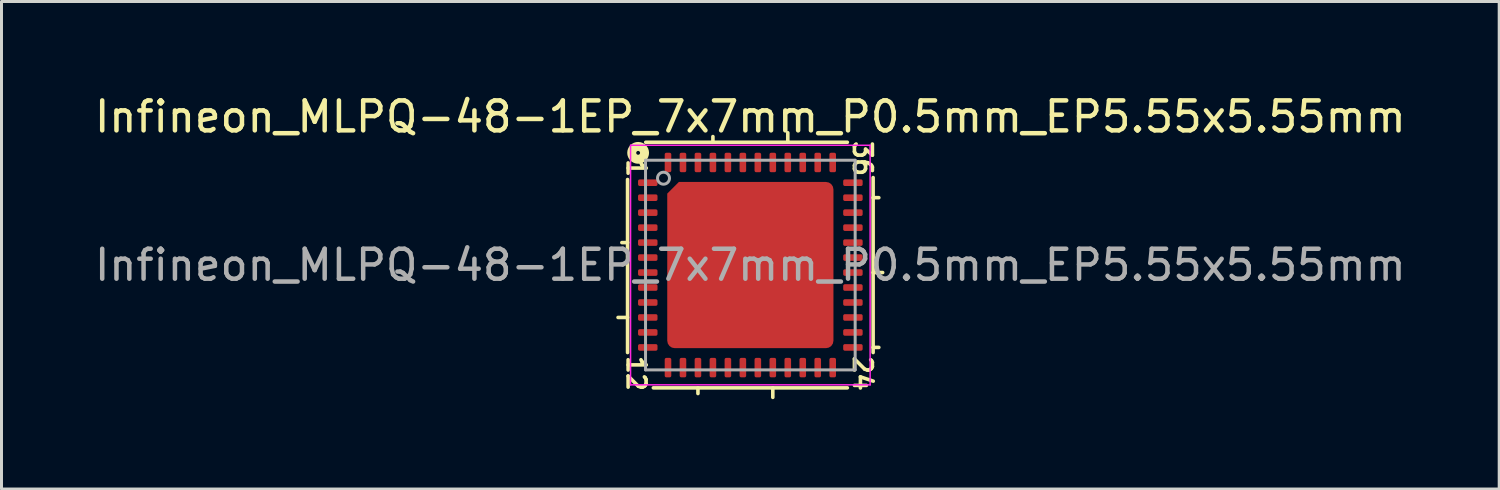
<source format=kicad_pcb>
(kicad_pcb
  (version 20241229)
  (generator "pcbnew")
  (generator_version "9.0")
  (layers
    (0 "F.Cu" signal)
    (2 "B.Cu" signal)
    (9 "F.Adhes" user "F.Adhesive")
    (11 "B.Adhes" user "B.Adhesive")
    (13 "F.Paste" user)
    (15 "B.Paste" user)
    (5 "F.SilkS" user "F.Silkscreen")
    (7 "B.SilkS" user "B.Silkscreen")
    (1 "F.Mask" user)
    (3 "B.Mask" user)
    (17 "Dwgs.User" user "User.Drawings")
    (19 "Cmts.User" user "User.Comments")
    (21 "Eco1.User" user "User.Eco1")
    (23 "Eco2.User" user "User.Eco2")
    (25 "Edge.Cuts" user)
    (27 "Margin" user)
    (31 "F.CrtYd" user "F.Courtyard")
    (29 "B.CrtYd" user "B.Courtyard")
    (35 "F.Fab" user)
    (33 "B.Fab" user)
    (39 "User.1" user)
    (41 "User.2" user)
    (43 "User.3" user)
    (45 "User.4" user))
  (footprint "Infineon_MLPQ-48-1EP_7x7mm_P0.5mm_EP5.55x5.55mm"
    (layer "F.Cu")
    (at 22.006 5.801)
    (property "Reference" "Infineon_MLPQ-48-1EP_7x7mm_P0.5mm_EP5.55x5.55mm" (at 0 -4.953 0) (layer "F.SilkS") (effects (font (size 1 1) (thickness 0.15))))
    (attr smd)
    (fp_line (start -4.418 1.75) (end -4.1 1.75) (stroke (width 0.12) (type solid)) (layer "F.SilkS"))
    (fp_line (start -4.29 -0.75) (end -4.1 -0.75) (stroke (width 0.12) (type solid)) (layer "F.SilkS"))
    (fp_line (start -4.1 -2.857) (end -4.1 2.921) (stroke (width 0.12) (type solid)) (layer "F.SilkS"))
    (fp_line (start -3.239 4.1) (end 3.239 4.1) (stroke (width 0.12) (type solid)) (layer "F.SilkS"))
    (fp_line (start -1.75 4.29) (end -1.75 4.1) (stroke (width 0.12) (type solid)) (layer "F.SilkS"))
    (fp_line (start -1.25 -4.29) (end -1.25 -4.1) (stroke (width 0.12) (type solid)) (layer "F.SilkS"))
    (fp_line (start 0.75 4.418) (end 0.75 4.1) (stroke (width 0.12) (type solid)) (layer "F.SilkS"))
    (fp_line (start 1.25 -4.418) (end 1.25 -4.1) (stroke (width 0.12) (type solid)) (layer "F.SilkS"))
    (fp_line (start 3.239 -4.1) (end -3.493 -4.1) (stroke (width 0.12) (type solid)) (layer "F.SilkS"))
    (fp_line (start 4.1 2.921) (end 4.1 -2.921) (stroke (width 0.12) (type solid)) (layer "F.SilkS"))
    (fp_line (start 4.29 -2.25) (end 4.1 -2.25) (stroke (width 0.12) (type solid)) (layer "F.SilkS"))
    (fp_line (start 4.29 2.75) (end 4.1 2.75) (stroke (width 0.12) (type solid)) (layer "F.SilkS"))
    (fp_line (start 4.418 0.25) (end 4.1 0.25) (stroke (width 0.12) (type solid)) (layer "F.SilkS"))
    (fp_circle (center -3.747 -3.747) (end -3.683 -3.747) (stroke (width 0.3) (type solid)) (fill no) (layer "F.SilkS"))
    (fp_line (start -4 -4) (end -4 4) (stroke (width 0.05) (type solid)) (layer "F.CrtYd"))
    (fp_line (start -4 4) (end 4 4) (stroke (width 0.05) (type solid)) (layer "F.CrtYd"))
    (fp_line (start 4 -4) (end -4 -4) (stroke (width 0.05) (type solid)) (layer "F.CrtYd"))
    (fp_line (start 4 4) (end 4 -4) (stroke (width 0.05) (type solid)) (layer "F.CrtYd"))
    (fp_line (start -3.5 3.5) (end -3.5 -3.5) (stroke (width 0.1) (type solid)) (layer "F.Fab"))
    (fp_line (start 3.5 -3.5) (end -3.5 -3.5) (stroke (width 0.1) (type solid)) (layer "F.Fab"))
    (fp_line (start 3.5 -3.5) (end 3.5 3.5) (stroke (width 0.1) (type solid)) (layer "F.Fab"))
    (fp_line (start 3.5 3.5) (end -3.5 3.5) (stroke (width 0.1) (type solid)) (layer "F.Fab"))
    (fp_circle (center -2.9 -2.9) (end -2.7 -2.9) (stroke (width 0.1) (type solid)) (fill no) (layer "F.Fab"))
    (fp_text user "24" (at 3.747 3.619 270) (unlocked yes) (layer "F.SilkS") (effects (font (size 0.6 0.6) (thickness 0.12))))
    (fp_text user "36" (at 3.747 -3.556 270) (unlocked yes) (layer "F.SilkS") (effects (font (size 0.6 0.6) (thickness 0.12))))
    (fp_text user "1" (at -3.81 -3.239 270) (unlocked yes) (layer "F.SilkS") (effects (font (size 0.6 0.6) (thickness 0.12))))
    (fp_text user "12" (at -3.81 3.619 270) (unlocked yes) (layer "F.SilkS") (effects (font (size 0.6 0.6) (thickness 0.12))))
    (fp_text user "${REFERENCE}" (at 0 0 0) (layer "F.Fab") (effects (font (size 1 1) (thickness 0.15))))
    (pad "" smd roundrect (at -2.175 -2.175) (size 1.1 1.1) (layers "F.Paste") (roundrect_rratio 0.232) (chamfer_ratio 0.35) (chamfer top_left))
    (pad "" smd roundrect (at -2.175 -0.725) (size 1.1 1.1) (layers "F.Paste") (roundrect_rratio 0.227))
    (pad "" smd roundrect (at -2.175 0.725) (size 1.1 1.1) (layers "F.Paste") (roundrect_rratio 0.227))
    (pad "" smd roundrect (at -2.175 2.175) (size 1.1 1.1) (layers "F.Paste") (roundrect_rratio 0.227))
    (pad "" smd roundrect (at -0.725 -2.175) (size 1.1 1.1) (layers "F.Paste") (roundrect_rratio 0.232))
    (pad "" smd roundrect (at -0.725 -0.725) (size 1.1 1.1) (layers "F.Paste") (roundrect_rratio 0.227))
    (pad "" smd roundrect (at -0.725 0.725) (size 1.1 1.1) (layers "F.Paste") (roundrect_rratio 0.227))
    (pad "" smd roundrect (at -0.725 2.175) (size 1.1 1.1) (layers "F.Paste") (roundrect_rratio 0.227))
    (pad "" smd roundrect (at 0.725 -2.175) (size 1.1 1.1) (layers "F.Paste") (roundrect_rratio 0.227))
    (pad "" smd roundrect (at 0.725 -0.725) (size 1.1 1.1) (layers "F.Paste") (roundrect_rratio 0.227))
    (pad "" smd roundrect (at 0.725 0.725) (size 1.1 1.1) (layers "F.Paste") (roundrect_rratio 0.227))
    (pad "" smd roundrect (at 0.725 2.175) (size 1.1 1.1) (layers "F.Paste") (roundrect_rratio 0.227))
    (pad "" smd roundrect (at 2.175 -2.175) (size 1.1 1.1) (layers "F.Paste") (roundrect_rratio 0.227))
    (pad "" smd roundrect (at 2.175 -0.725) (size 1.1 1.1) (layers "F.Paste") (roundrect_rratio 0.227))
    (pad "" smd roundrect (at 2.175 0.725) (size 1.1 1.1) (layers "F.Paste") (roundrect_rratio 0.227))
    (pad "" smd roundrect (at 2.175 2.175) (size 1.1 1.1) (layers "F.Paste") (roundrect_rratio 0.227))
    (pad "1" smd roundrect (at -3.425 -2.75) (size 0.65 0.22) (layers "F.Cu" "F.Mask" "F.Paste") (roundrect_rratio 0.25))
    (pad "2" smd roundrect (at -3.425 -2.25) (size 0.65 0.22) (layers "F.Cu" "F.Mask" "F.Paste") (roundrect_rratio 0.25))
    (pad "3" smd roundrect (at -3.425 -1.75) (size 0.65 0.22) (layers "F.Cu" "F.Mask" "F.Paste") (roundrect_rratio 0.25))
    (pad "4" smd roundrect (at -3.425 -1.25) (size 0.65 0.22) (layers "F.Cu" "F.Mask" "F.Paste") (roundrect_rratio 0.25))
    (pad "5" smd roundrect (at -3.425 -0.75) (size 0.65 0.22) (layers "F.Cu" "F.Mask" "F.Paste") (roundrect_rratio 0.25))
    (pad "6" smd roundrect (at -3.425 -0.25) (size 0.65 0.22) (layers "F.Cu" "F.Mask" "F.Paste") (roundrect_rratio 0.25))
    (pad "7" smd roundrect (at -3.425 0.25) (size 0.65 0.22) (layers "F.Cu" "F.Mask" "F.Paste") (roundrect_rratio 0.25))
    (pad "8" smd roundrect (at -3.425 0.75) (size 0.65 0.22) (layers "F.Cu" "F.Mask" "F.Paste") (roundrect_rratio 0.25))
    (pad "9" smd roundrect (at -3.425 1.25) (size 0.65 0.22) (layers "F.Cu" "F.Mask" "F.Paste") (roundrect_rratio 0.25))
    (pad "10" smd roundrect (at -3.425 1.75) (size 0.65 0.22) (layers "F.Cu" "F.Mask" "F.Paste") (roundrect_rratio 0.25))
    (pad "11" smd roundrect (at -3.425 2.25) (size 0.65 0.22) (layers "F.Cu" "F.Mask" "F.Paste") (roundrect_rratio 0.25))
    (pad "12" smd roundrect (at -3.425 2.75) (size 0.65 0.22) (layers "F.Cu" "F.Mask" "F.Paste") (roundrect_rratio 0.25))
    (pad "13" smd roundrect (at -2.75 3.425) (size 0.22 0.65) (layers "F.Cu" "F.Mask" "F.Paste") (roundrect_rratio 0.25))
    (pad "14" smd roundrect (at -2.25 3.425) (size 0.22 0.65) (layers "F.Cu" "F.Mask" "F.Paste") (roundrect_rratio 0.25))
    (pad "15" smd roundrect (at -1.75 3.425) (size 0.22 0.65) (layers "F.Cu" "F.Mask" "F.Paste") (roundrect_rratio 0.25))
    (pad "16" smd roundrect (at -1.25 3.425) (size 0.22 0.65) (layers "F.Cu" "F.Mask" "F.Paste") (roundrect_rratio 0.25))
    (pad "17" smd roundrect (at -0.75 3.425) (size 0.22 0.65) (layers "F.Cu" "F.Mask" "F.Paste") (roundrect_rratio 0.25))
    (pad "18" smd roundrect (at -0.25 3.425) (size 0.22 0.65) (layers "F.Cu" "F.Mask" "F.Paste") (roundrect_rratio 0.25))
    (pad "19" smd roundrect (at 0.25 3.425) (size 0.22 0.65) (layers "F.Cu" "F.Mask" "F.Paste") (roundrect_rratio 0.25))
    (pad "20" smd roundrect (at 0.75 3.425) (size 0.22 0.65) (layers "F.Cu" "F.Mask" "F.Paste") (roundrect_rratio 0.25))
    (pad "21" smd roundrect (at 1.25 3.425) (size 0.22 0.65) (layers "F.Cu" "F.Mask" "F.Paste") (roundrect_rratio 0.25))
    (pad "22" smd roundrect (at 1.75 3.425) (size 0.22 0.65) (layers "F.Cu" "F.Mask" "F.Paste") (roundrect_rratio 0.25))
    (pad "23" smd roundrect (at 2.25 3.425) (size 0.22 0.65) (layers "F.Cu" "F.Mask" "F.Paste") (roundrect_rratio 0.25))
    (pad "24" smd roundrect (at 2.75 3.425) (size 0.22 0.65) (layers "F.Cu" "F.Mask" "F.Paste") (roundrect_rratio 0.25))
    (pad "25" smd roundrect (at 3.425 2.75) (size 0.65 0.22) (layers "F.Cu" "F.Mask" "F.Paste") (roundrect_rratio 0.25))
    (pad "26" smd roundrect (at 3.425 2.25) (size 0.65 0.22) (layers "F.Cu" "F.Mask" "F.Paste") (roundrect_rratio 0.25))
    (pad "27" smd roundrect (at 3.425 1.75) (size 0.65 0.22) (layers "F.Cu" "F.Mask" "F.Paste") (roundrect_rratio 0.25))
    (pad "28" smd roundrect (at 3.425 1.25) (size 0.65 0.22) (layers "F.Cu" "F.Mask" "F.Paste") (roundrect_rratio 0.25))
    (pad "29" smd roundrect (at 3.425 0.75) (size 0.65 0.22) (layers "F.Cu" "F.Mask" "F.Paste") (roundrect_rratio 0.25))
    (pad "30" smd roundrect (at 3.425 0.25) (size 0.65 0.22) (layers "F.Cu" "F.Mask" "F.Paste") (roundrect_rratio 0.25))
    (pad "31" smd roundrect (at 3.425 -0.25) (size 0.65 0.22) (layers "F.Cu" "F.Mask" "F.Paste") (roundrect_rratio 0.25))
    (pad "32" smd roundrect (at 3.425 -0.75) (size 0.65 0.22) (layers "F.Cu" "F.Mask" "F.Paste") (roundrect_rratio 0.25))
    (pad "33" smd roundrect (at 3.425 -1.25) (size 0.65 0.22) (layers "F.Cu" "F.Mask" "F.Paste") (roundrect_rratio 0.25))
    (pad "34" smd roundrect (at 3.425 -1.75) (size 0.65 0.22) (layers "F.Cu" "F.Mask" "F.Paste") (roundrect_rratio 0.25))
    (pad "35" smd roundrect (at 3.425 -2.25) (size 0.65 0.22) (layers "F.Cu" "F.Mask" "F.Paste") (roundrect_rratio 0.25))
    (pad "36" smd roundrect (at 3.425 -2.75) (size 0.65 0.22) (layers "F.Cu" "F.Mask" "F.Paste") (roundrect_rratio 0.25))
    (pad "37" smd roundrect (at 2.75 -3.425) (size 0.22 0.65) (layers "F.Cu" "F.Mask" "F.Paste") (roundrect_rratio 0.25))
    (pad "38" smd roundrect (at 2.25 -3.425) (size 0.22 0.65) (layers "F.Cu" "F.Mask" "F.Paste") (roundrect_rratio 0.25))
    (pad "39" smd roundrect (at 1.75 -3.425) (size 0.22 0.65) (layers "F.Cu" "F.Mask" "F.Paste") (roundrect_rratio 0.25))
    (pad "40" smd roundrect (at 1.25 -3.425) (size 0.22 0.65) (layers "F.Cu" "F.Mask" "F.Paste") (roundrect_rratio 0.25))
    (pad "41" smd roundrect (at 0.75 -3.425) (size 0.22 0.65) (layers "F.Cu" "F.Mask" "F.Paste") (roundrect_rratio 0.25))
    (pad "42" smd roundrect (at 0.25 -3.425) (size 0.22 0.65) (layers "F.Cu" "F.Mask" "F.Paste") (roundrect_rratio 0.25))
    (pad "43" smd roundrect (at -0.25 -3.425) (size 0.22 0.65) (layers "F.Cu" "F.Mask" "F.Paste") (roundrect_rratio 0.25))
    (pad "44" smd roundrect (at -0.75 -3.425) (size 0.22 0.65) (layers "F.Cu" "F.Mask" "F.Paste") (roundrect_rratio 0.25))
    (pad "45" smd roundrect (at -1.25 -3.425) (size 0.22 0.65) (layers "F.Cu" "F.Mask" "F.Paste") (roundrect_rratio 0.25))
    (pad "46" smd roundrect (at -1.75 -3.425) (size 0.22 0.65) (layers "F.Cu" "F.Mask" "F.Paste") (roundrect_rratio 0.25))
    (pad "47" smd roundrect (at -2.25 -3.425) (size 0.22 0.65) (layers "F.Cu" "F.Mask" "F.Paste") (roundrect_rratio 0.25))
    (pad "48" smd roundrect (at -2.75 -3.425) (size 0.22 0.65) (layers "F.Cu" "F.Mask" "F.Paste") (roundrect_rratio 0.25))
    (pad "49" smd roundrect (at 0 0) (size 5.55 5.55) (layers "F.Cu" "F.Mask") (roundrect_rratio 0.045) (chamfer_ratio 0.07) (chamfer top_left)))
  (gr_rect
    (start -3 -3)
    (end 47.012 13.279)
    (stroke (width 0.1) (type default))
    (fill no)
    (layer "Edge.Cuts")))
</source>
